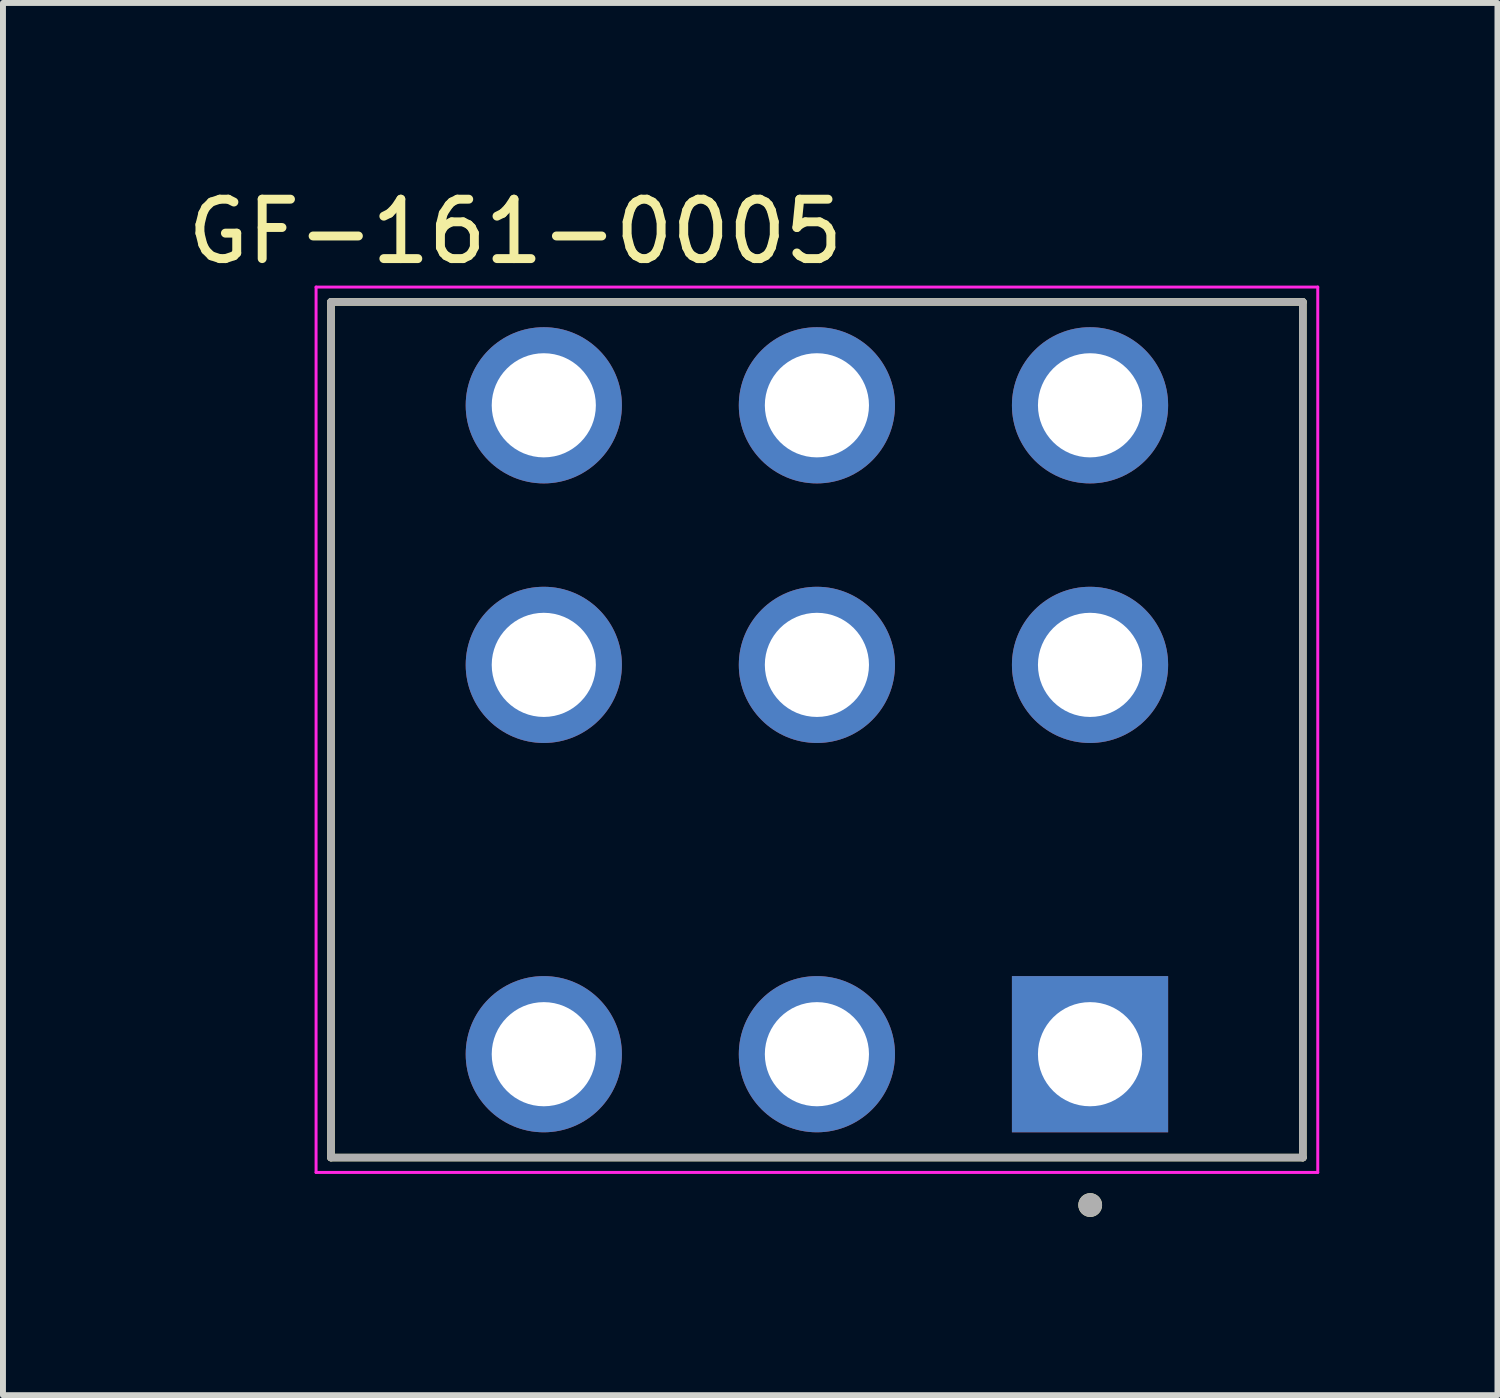
<source format=kicad_pcb>
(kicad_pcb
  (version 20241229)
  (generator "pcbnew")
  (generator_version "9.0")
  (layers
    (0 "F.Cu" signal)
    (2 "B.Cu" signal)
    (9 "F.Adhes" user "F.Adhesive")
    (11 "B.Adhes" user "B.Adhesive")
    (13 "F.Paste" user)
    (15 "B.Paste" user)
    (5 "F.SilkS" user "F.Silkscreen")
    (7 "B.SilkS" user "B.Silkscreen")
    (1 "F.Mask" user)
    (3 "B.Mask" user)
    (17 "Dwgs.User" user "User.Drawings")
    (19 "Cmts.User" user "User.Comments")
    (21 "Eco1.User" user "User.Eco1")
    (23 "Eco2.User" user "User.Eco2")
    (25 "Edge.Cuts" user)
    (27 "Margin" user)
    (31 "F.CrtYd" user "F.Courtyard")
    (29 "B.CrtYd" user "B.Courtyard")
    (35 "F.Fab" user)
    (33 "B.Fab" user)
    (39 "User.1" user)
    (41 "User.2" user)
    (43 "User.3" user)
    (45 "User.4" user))
  (footprint "GF-161-0005"
    (layer "F.Cu")
    (at 10.7 9.233)
    (property "Reference" "GF-161-0005" (at -5.075 -8.385 0) (layer "F.SilkS") (effects (font (size 1 1) (thickness 0.15))))
    (attr through_hole)
    (fp_line (start -8.179 -7.201) (end 8.179 -7.201) (stroke (width 0.127) (type solid)) (layer "F.SilkS"))
    (fp_line (start -8.179 7.201) (end -8.179 -7.201) (stroke (width 0.127) (type solid)) (layer "F.SilkS"))
    (fp_line (start 8.179 -7.201) (end 8.179 7.201) (stroke (width 0.127) (type solid)) (layer "F.SilkS"))
    (fp_line (start 8.179 7.201) (end -8.179 7.201) (stroke (width 0.127) (type solid)) (layer "F.SilkS"))
    (fp_circle (center 4.6 8) (end 4.7 8) (stroke (width 0.2) (type solid)) (fill no) (layer "F.SilkS"))
    (fp_line (start -8.43 -7.451) (end 8.43 -7.451) (stroke (width 0.05) (type solid)) (layer "F.CrtYd"))
    (fp_line (start -8.43 7.451) (end -8.43 -7.451) (stroke (width 0.05) (type solid)) (layer "F.CrtYd"))
    (fp_line (start 8.43 -7.451) (end 8.43 7.451) (stroke (width 0.05) (type solid)) (layer "F.CrtYd"))
    (fp_line (start 8.43 7.451) (end -8.43 7.451) (stroke (width 0.05) (type solid)) (layer "F.CrtYd"))
    (fp_line (start -8.179 -7.201) (end 8.179 -7.201) (stroke (width 0.127) (type solid)) (layer "F.Fab"))
    (fp_line (start -8.179 7.201) (end -8.179 -7.201) (stroke (width 0.127) (type solid)) (layer "F.Fab"))
    (fp_line (start 8.179 -7.201) (end 8.179 7.201) (stroke (width 0.127) (type solid)) (layer "F.Fab"))
    (fp_line (start 8.179 7.201) (end -8.179 7.201) (stroke (width 0.127) (type solid)) (layer "F.Fab"))
    (fp_circle (center 4.6 8) (end 4.7 8) (stroke (width 0.2) (type solid)) (fill no) (layer "F.Fab"))
    (pad "1" thru_hole rect (at 4.597 5.461) (size 2.629 2.629) (drill 1.753) (layers "*.Cu" "*.Mask"))
    (pad "2" thru_hole circle (at 0 5.461) (size 2.629 2.629) (drill 1.753) (layers "*.Cu" "*.Mask"))
    (pad "3" thru_hole circle (at -4.597 5.461) (size 2.629 2.629) (drill 1.753) (layers "*.Cu" "*.Mask"))
    (pad "4" thru_hole circle (at 4.597 -1.092) (size 2.629 2.629) (drill 1.753) (layers "*.Cu" "*.Mask"))
    (pad "5" thru_hole circle (at 0 -1.092) (size 2.629 2.629) (drill 1.753) (layers "*.Cu" "*.Mask"))
    (pad "6" thru_hole circle (at -4.597 -1.092) (size 2.629 2.629) (drill 1.753) (layers "*.Cu" "*.Mask"))
    (pad "7" thru_hole circle (at 4.597 -5.461) (size 2.629 2.629) (drill 1.753) (layers "*.Cu" "*.Mask"))
    (pad "8" thru_hole circle (at 0 -5.461) (size 2.629 2.629) (drill 1.753) (layers "*.Cu" "*.Mask"))
    (pad "9" thru_hole circle (at -4.597 -5.461) (size 2.629 2.629) (drill 1.753) (layers "*.Cu" "*.Mask")))
  (gr_rect
    (start -3 -3)
    (end 22.155 20.433)
    (stroke (width 0.1) (type default))
    (fill no)
    (layer "Edge.Cuts")))
</source>
